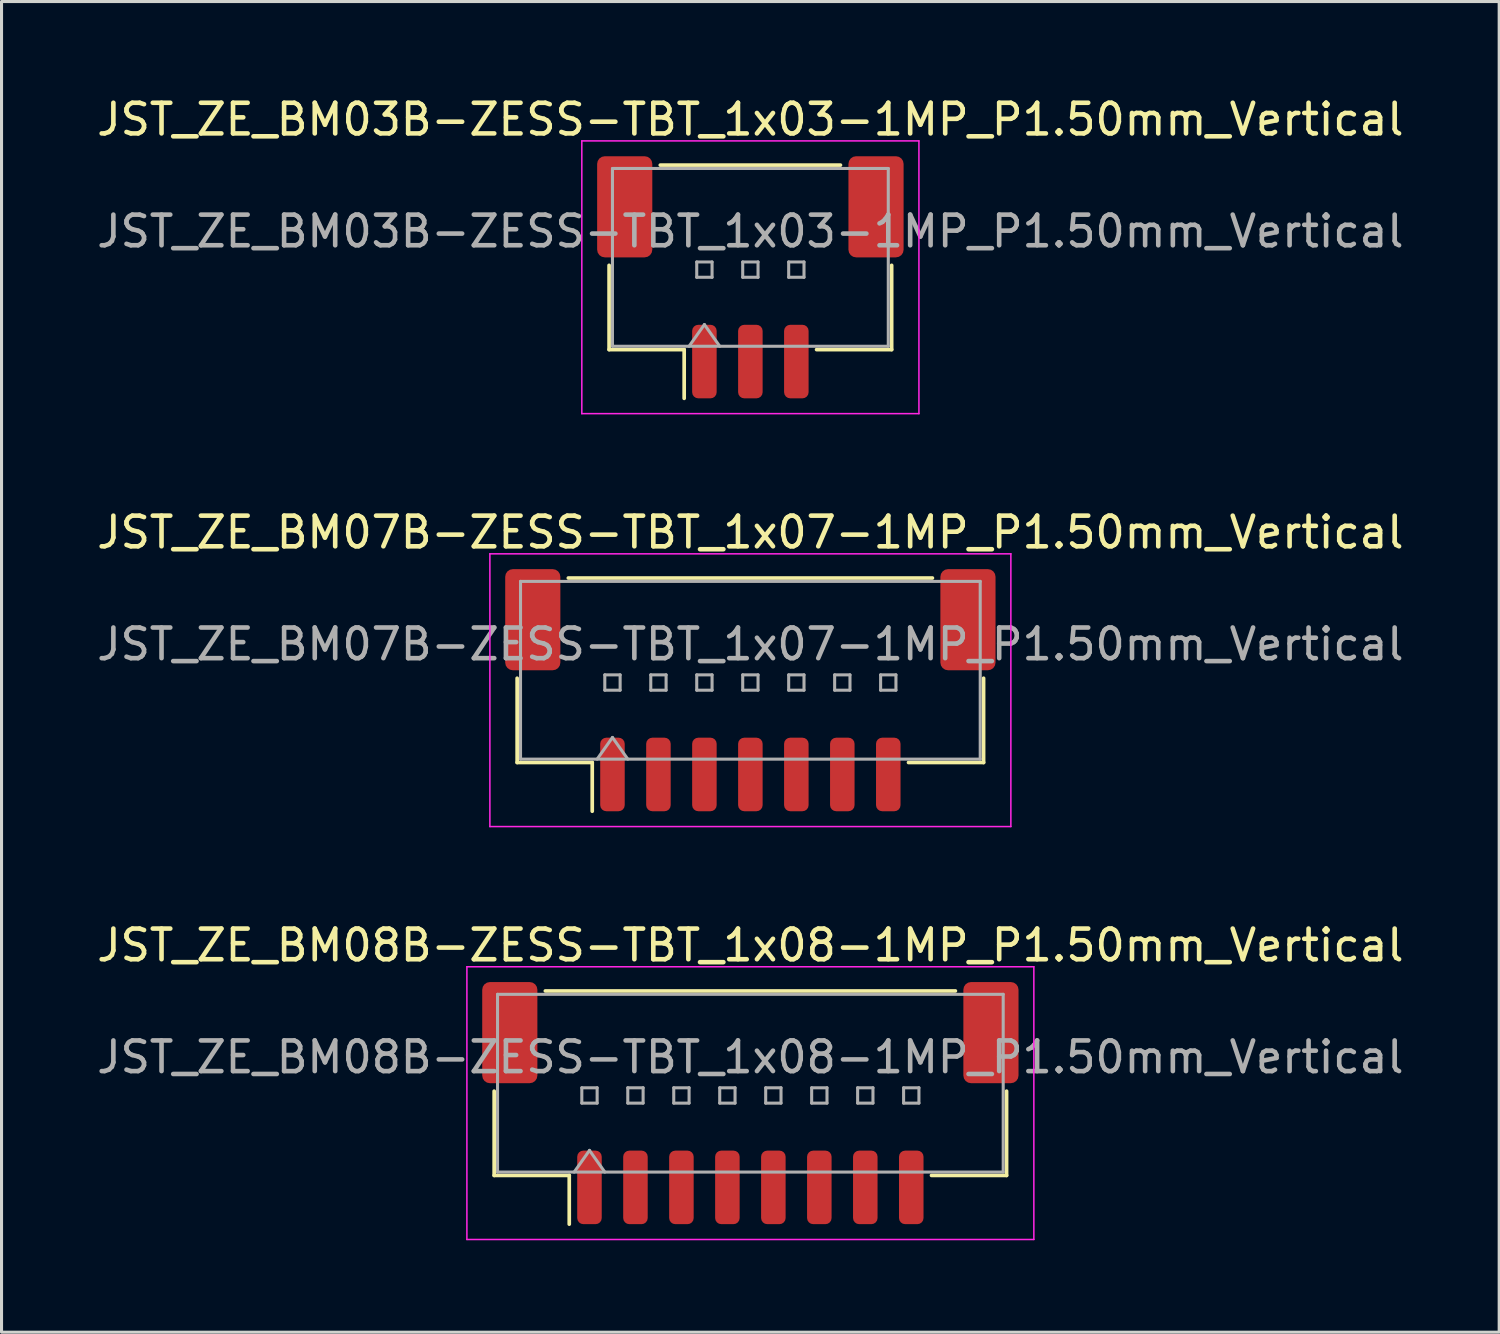
<source format=kicad_pcb>
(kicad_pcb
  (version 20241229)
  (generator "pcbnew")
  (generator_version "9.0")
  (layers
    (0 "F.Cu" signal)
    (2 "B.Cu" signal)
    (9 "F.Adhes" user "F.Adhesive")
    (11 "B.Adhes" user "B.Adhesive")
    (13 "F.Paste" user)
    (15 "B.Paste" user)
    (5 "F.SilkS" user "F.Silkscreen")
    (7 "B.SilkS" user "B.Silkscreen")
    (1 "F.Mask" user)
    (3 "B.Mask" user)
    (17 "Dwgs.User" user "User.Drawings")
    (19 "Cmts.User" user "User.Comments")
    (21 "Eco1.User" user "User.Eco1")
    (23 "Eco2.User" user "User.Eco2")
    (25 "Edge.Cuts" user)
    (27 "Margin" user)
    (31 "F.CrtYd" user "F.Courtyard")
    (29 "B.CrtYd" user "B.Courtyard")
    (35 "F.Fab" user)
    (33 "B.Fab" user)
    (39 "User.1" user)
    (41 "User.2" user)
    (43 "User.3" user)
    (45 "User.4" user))
  (footprint "JST_ZE_BM08B-ZESS-TBT_1x08-1MP_P1.50mm_Vertical"
    (layer "F.Cu")
    (at 21.435 32.945)
    (property "Reference" "JST_ZE_BM08B-ZESS-TBT_1x08-1MP_P1.50mm_Vertical" (at 0 -5.15 0) (layer "F.SilkS") (effects (font (size 1 1) (thickness 0.15))))
    (attr smd)
    (fp_line (start -8.36 -0.39) (end -8.36 2.36) (stroke (width 0.12) (type solid)) (layer "F.SilkS"))
    (fp_line (start -8.36 2.36) (end -5.91 2.36) (stroke (width 0.12) (type solid)) (layer "F.SilkS"))
    (fp_line (start -6.69 -3.66) (end 6.69 -3.66) (stroke (width 0.12) (type solid)) (layer "F.SilkS"))
    (fp_line (start -5.91 2.36) (end -5.91 3.95) (stroke (width 0.12) (type solid)) (layer "F.SilkS"))
    (fp_line (start 8.36 -0.39) (end 8.36 2.36) (stroke (width 0.12) (type solid)) (layer "F.SilkS"))
    (fp_line (start 8.36 2.36) (end 5.91 2.36) (stroke (width 0.12) (type solid)) (layer "F.SilkS"))
    (fp_line (start -9.25 -4.45) (end -9.25 4.45) (stroke (width 0.05) (type solid)) (layer "F.CrtYd"))
    (fp_line (start -9.25 4.45) (end 9.25 4.45) (stroke (width 0.05) (type solid)) (layer "F.CrtYd"))
    (fp_line (start 9.25 -4.45) (end -9.25 -4.45) (stroke (width 0.05) (type solid)) (layer "F.CrtYd"))
    (fp_line (start 9.25 4.45) (end 9.25 -4.45) (stroke (width 0.05) (type solid)) (layer "F.CrtYd"))
    (fp_line (start -8.25 -3.55) (end 8.25 -3.55) (stroke (width 0.1) (type solid)) (layer "F.Fab"))
    (fp_line (start -8.25 2.25) (end -8.25 -3.55) (stroke (width 0.1) (type solid)) (layer "F.Fab"))
    (fp_line (start -8.25 2.25) (end 8.25 2.25) (stroke (width 0.1) (type solid)) (layer "F.Fab"))
    (fp_line (start -5.75 2.25) (end -5.25 1.543) (stroke (width 0.1) (type solid)) (layer "F.Fab"))
    (fp_line (start -5.5 -0.5) (end -5.5 0) (stroke (width 0.1) (type solid)) (layer "F.Fab"))
    (fp_line (start -5.5 0) (end -5 0) (stroke (width 0.1) (type solid)) (layer "F.Fab"))
    (fp_line (start -5.25 1.543) (end -4.75 2.25) (stroke (width 0.1) (type solid)) (layer "F.Fab"))
    (fp_line (start -5 -0.5) (end -5.5 -0.5) (stroke (width 0.1) (type solid)) (layer "F.Fab"))
    (fp_line (start -5 0) (end -5 -0.5) (stroke (width 0.1) (type solid)) (layer "F.Fab"))
    (fp_line (start -4 -0.5) (end -4 0) (stroke (width 0.1) (type solid)) (layer "F.Fab"))
    (fp_line (start -4 0) (end -3.5 0) (stroke (width 0.1) (type solid)) (layer "F.Fab"))
    (fp_line (start -3.5 -0.5) (end -4 -0.5) (stroke (width 0.1) (type solid)) (layer "F.Fab"))
    (fp_line (start -3.5 0) (end -3.5 -0.5) (stroke (width 0.1) (type solid)) (layer "F.Fab"))
    (fp_line (start -2.5 -0.5) (end -2.5 0) (stroke (width 0.1) (type solid)) (layer "F.Fab"))
    (fp_line (start -2.5 0) (end -2 0) (stroke (width 0.1) (type solid)) (layer "F.Fab"))
    (fp_line (start -2 -0.5) (end -2.5 -0.5) (stroke (width 0.1) (type solid)) (layer "F.Fab"))
    (fp_line (start -2 0) (end -2 -0.5) (stroke (width 0.1) (type solid)) (layer "F.Fab"))
    (fp_line (start -1 -0.5) (end -1 0) (stroke (width 0.1) (type solid)) (layer "F.Fab"))
    (fp_line (start -1 0) (end -0.5 0) (stroke (width 0.1) (type solid)) (layer "F.Fab"))
    (fp_line (start -0.5 -0.5) (end -1 -0.5) (stroke (width 0.1) (type solid)) (layer "F.Fab"))
    (fp_line (start -0.5 0) (end -0.5 -0.5) (stroke (width 0.1) (type solid)) (layer "F.Fab"))
    (fp_line (start 0.5 -0.5) (end 0.5 0) (stroke (width 0.1) (type solid)) (layer "F.Fab"))
    (fp_line (start 0.5 0) (end 1 0) (stroke (width 0.1) (type solid)) (layer "F.Fab"))
    (fp_line (start 1 -0.5) (end 0.5 -0.5) (stroke (width 0.1) (type solid)) (layer "F.Fab"))
    (fp_line (start 1 0) (end 1 -0.5) (stroke (width 0.1) (type solid)) (layer "F.Fab"))
    (fp_line (start 2 -0.5) (end 2 0) (stroke (width 0.1) (type solid)) (layer "F.Fab"))
    (fp_line (start 2 0) (end 2.5 0) (stroke (width 0.1) (type solid)) (layer "F.Fab"))
    (fp_line (start 2.5 -0.5) (end 2 -0.5) (stroke (width 0.1) (type solid)) (layer "F.Fab"))
    (fp_line (start 2.5 0) (end 2.5 -0.5) (stroke (width 0.1) (type solid)) (layer "F.Fab"))
    (fp_line (start 3.5 -0.5) (end 3.5 0) (stroke (width 0.1) (type solid)) (layer "F.Fab"))
    (fp_line (start 3.5 0) (end 4 0) (stroke (width 0.1) (type solid)) (layer "F.Fab"))
    (fp_line (start 4 -0.5) (end 3.5 -0.5) (stroke (width 0.1) (type solid)) (layer "F.Fab"))
    (fp_line (start 4 0) (end 4 -0.5) (stroke (width 0.1) (type solid)) (layer "F.Fab"))
    (fp_line (start 5 -0.5) (end 5 0) (stroke (width 0.1) (type solid)) (layer "F.Fab"))
    (fp_line (start 5 0) (end 5.5 0) (stroke (width 0.1) (type solid)) (layer "F.Fab"))
    (fp_line (start 5.5 -0.5) (end 5 -0.5) (stroke (width 0.1) (type solid)) (layer "F.Fab"))
    (fp_line (start 5.5 0) (end 5.5 -0.5) (stroke (width 0.1) (type solid)) (layer "F.Fab"))
    (fp_line (start 8.25 2.25) (end 8.25 -3.55) (stroke (width 0.1) (type solid)) (layer "F.Fab"))
    (fp_text user "${REFERENCE}" (at 0 -1.5 0) (layer "F.Fab") (effects (font (size 1 1) (thickness 0.15))))
    (pad "1" smd roundrect (at -5.25 2.75) (size 0.8 2.4) (layers "F.Cu" "F.Mask" "F.Paste") (roundrect_rratio 0.25))
    (pad "2" smd roundrect (at -3.75 2.75) (size 0.8 2.4) (layers "F.Cu" "F.Mask" "F.Paste") (roundrect_rratio 0.25))
    (pad "3" smd roundrect (at -2.25 2.75) (size 0.8 2.4) (layers "F.Cu" "F.Mask" "F.Paste") (roundrect_rratio 0.25))
    (pad "4" smd roundrect (at -0.75 2.75) (size 0.8 2.4) (layers "F.Cu" "F.Mask" "F.Paste") (roundrect_rratio 0.25))
    (pad "5" smd roundrect (at 0.75 2.75) (size 0.8 2.4) (layers "F.Cu" "F.Mask" "F.Paste") (roundrect_rratio 0.25))
    (pad "6" smd roundrect (at 2.25 2.75) (size 0.8 2.4) (layers "F.Cu" "F.Mask" "F.Paste") (roundrect_rratio 0.25))
    (pad "7" smd roundrect (at 3.75 2.75) (size 0.8 2.4) (layers "F.Cu" "F.Mask" "F.Paste") (roundrect_rratio 0.25))
    (pad "8" smd roundrect (at 5.25 2.75) (size 0.8 2.4) (layers "F.Cu" "F.Mask" "F.Paste") (roundrect_rratio 0.25))
    (pad "MP" smd roundrect (at -7.85 -2.3) (size 1.8 3.3) (layers "F.Cu" "F.Mask" "F.Paste") (roundrect_rratio 0.139))
    (pad "MP" smd roundrect (at 7.85 -2.3) (size 1.8 3.3) (layers "F.Cu" "F.Mask" "F.Paste") (roundrect_rratio 0.139)))
  (footprint "JST_ZE_BM07B-ZESS-TBT_1x07-1MP_P1.50mm_Vertical"
    (layer "F.Cu")
    (at 21.435 19.471)
    (property "Reference" "JST_ZE_BM07B-ZESS-TBT_1x07-1MP_P1.50mm_Vertical" (at 0 -5.15 0) (layer "F.SilkS") (effects (font (size 1 1) (thickness 0.15))))
    (attr smd)
    (fp_line (start -7.61 -0.39) (end -7.61 2.36) (stroke (width 0.12) (type solid)) (layer "F.SilkS"))
    (fp_line (start -7.61 2.36) (end -5.16 2.36) (stroke (width 0.12) (type solid)) (layer "F.SilkS"))
    (fp_line (start -5.94 -3.66) (end 5.94 -3.66) (stroke (width 0.12) (type solid)) (layer "F.SilkS"))
    (fp_line (start -5.16 2.36) (end -5.16 3.95) (stroke (width 0.12) (type solid)) (layer "F.SilkS"))
    (fp_line (start 7.61 -0.39) (end 7.61 2.36) (stroke (width 0.12) (type solid)) (layer "F.SilkS"))
    (fp_line (start 7.61 2.36) (end 5.16 2.36) (stroke (width 0.12) (type solid)) (layer "F.SilkS"))
    (fp_line (start -8.5 -4.45) (end -8.5 4.45) (stroke (width 0.05) (type solid)) (layer "F.CrtYd"))
    (fp_line (start -8.5 4.45) (end 8.5 4.45) (stroke (width 0.05) (type solid)) (layer "F.CrtYd"))
    (fp_line (start 8.5 -4.45) (end -8.5 -4.45) (stroke (width 0.05) (type solid)) (layer "F.CrtYd"))
    (fp_line (start 8.5 4.45) (end 8.5 -4.45) (stroke (width 0.05) (type solid)) (layer "F.CrtYd"))
    (fp_line (start -7.5 -3.55) (end 7.5 -3.55) (stroke (width 0.1) (type solid)) (layer "F.Fab"))
    (fp_line (start -7.5 2.25) (end -7.5 -3.55) (stroke (width 0.1) (type solid)) (layer "F.Fab"))
    (fp_line (start -7.5 2.25) (end 7.5 2.25) (stroke (width 0.1) (type solid)) (layer "F.Fab"))
    (fp_line (start -5 2.25) (end -4.5 1.543) (stroke (width 0.1) (type solid)) (layer "F.Fab"))
    (fp_line (start -4.75 -0.5) (end -4.75 0) (stroke (width 0.1) (type solid)) (layer "F.Fab"))
    (fp_line (start -4.75 0) (end -4.25 0) (stroke (width 0.1) (type solid)) (layer "F.Fab"))
    (fp_line (start -4.5 1.543) (end -4 2.25) (stroke (width 0.1) (type solid)) (layer "F.Fab"))
    (fp_line (start -4.25 -0.5) (end -4.75 -0.5) (stroke (width 0.1) (type solid)) (layer "F.Fab"))
    (fp_line (start -4.25 0) (end -4.25 -0.5) (stroke (width 0.1) (type solid)) (layer "F.Fab"))
    (fp_line (start -3.25 -0.5) (end -3.25 0) (stroke (width 0.1) (type solid)) (layer "F.Fab"))
    (fp_line (start -3.25 0) (end -2.75 0) (stroke (width 0.1) (type solid)) (layer "F.Fab"))
    (fp_line (start -2.75 -0.5) (end -3.25 -0.5) (stroke (width 0.1) (type solid)) (layer "F.Fab"))
    (fp_line (start -2.75 0) (end -2.75 -0.5) (stroke (width 0.1) (type solid)) (layer "F.Fab"))
    (fp_line (start -1.75 -0.5) (end -1.75 0) (stroke (width 0.1) (type solid)) (layer "F.Fab"))
    (fp_line (start -1.75 0) (end -1.25 0) (stroke (width 0.1) (type solid)) (layer "F.Fab"))
    (fp_line (start -1.25 -0.5) (end -1.75 -0.5) (stroke (width 0.1) (type solid)) (layer "F.Fab"))
    (fp_line (start -1.25 0) (end -1.25 -0.5) (stroke (width 0.1) (type solid)) (layer "F.Fab"))
    (fp_line (start -0.25 -0.5) (end -0.25 0) (stroke (width 0.1) (type solid)) (layer "F.Fab"))
    (fp_line (start -0.25 0) (end 0.25 0) (stroke (width 0.1) (type solid)) (layer "F.Fab"))
    (fp_line (start 0.25 -0.5) (end -0.25 -0.5) (stroke (width 0.1) (type solid)) (layer "F.Fab"))
    (fp_line (start 0.25 0) (end 0.25 -0.5) (stroke (width 0.1) (type solid)) (layer "F.Fab"))
    (fp_line (start 1.25 -0.5) (end 1.25 0) (stroke (width 0.1) (type solid)) (layer "F.Fab"))
    (fp_line (start 1.25 0) (end 1.75 0) (stroke (width 0.1) (type solid)) (layer "F.Fab"))
    (fp_line (start 1.75 -0.5) (end 1.25 -0.5) (stroke (width 0.1) (type solid)) (layer "F.Fab"))
    (fp_line (start 1.75 0) (end 1.75 -0.5) (stroke (width 0.1) (type solid)) (layer "F.Fab"))
    (fp_line (start 2.75 -0.5) (end 2.75 0) (stroke (width 0.1) (type solid)) (layer "F.Fab"))
    (fp_line (start 2.75 0) (end 3.25 0) (stroke (width 0.1) (type solid)) (layer "F.Fab"))
    (fp_line (start 3.25 -0.5) (end 2.75 -0.5) (stroke (width 0.1) (type solid)) (layer "F.Fab"))
    (fp_line (start 3.25 0) (end 3.25 -0.5) (stroke (width 0.1) (type solid)) (layer "F.Fab"))
    (fp_line (start 4.25 -0.5) (end 4.25 0) (stroke (width 0.1) (type solid)) (layer "F.Fab"))
    (fp_line (start 4.25 0) (end 4.75 0) (stroke (width 0.1) (type solid)) (layer "F.Fab"))
    (fp_line (start 4.75 -0.5) (end 4.25 -0.5) (stroke (width 0.1) (type solid)) (layer "F.Fab"))
    (fp_line (start 4.75 0) (end 4.75 -0.5) (stroke (width 0.1) (type solid)) (layer "F.Fab"))
    (fp_line (start 7.5 2.25) (end 7.5 -3.55) (stroke (width 0.1) (type solid)) (layer "F.Fab"))
    (fp_text user "${REFERENCE}" (at 0 -1.5 0) (layer "F.Fab") (effects (font (size 1 1) (thickness 0.15))))
    (pad "1" smd roundrect (at -4.5 2.75) (size 0.8 2.4) (layers "F.Cu" "F.Mask" "F.Paste") (roundrect_rratio 0.25))
    (pad "2" smd roundrect (at -3 2.75) (size 0.8 2.4) (layers "F.Cu" "F.Mask" "F.Paste") (roundrect_rratio 0.25))
    (pad "3" smd roundrect (at -1.5 2.75) (size 0.8 2.4) (layers "F.Cu" "F.Mask" "F.Paste") (roundrect_rratio 0.25))
    (pad "4" smd roundrect (at 0 2.75) (size 0.8 2.4) (layers "F.Cu" "F.Mask" "F.Paste") (roundrect_rratio 0.25))
    (pad "5" smd roundrect (at 1.5 2.75) (size 0.8 2.4) (layers "F.Cu" "F.Mask" "F.Paste") (roundrect_rratio 0.25))
    (pad "6" smd roundrect (at 3 2.75) (size 0.8 2.4) (layers "F.Cu" "F.Mask" "F.Paste") (roundrect_rratio 0.25))
    (pad "7" smd roundrect (at 4.5 2.75) (size 0.8 2.4) (layers "F.Cu" "F.Mask" "F.Paste") (roundrect_rratio 0.25))
    (pad "MP" smd roundrect (at -7.1 -2.3) (size 1.8 3.3) (layers "F.Cu" "F.Mask" "F.Paste") (roundrect_rratio 0.139))
    (pad "MP" smd roundrect (at 7.1 -2.3) (size 1.8 3.3) (layers "F.Cu" "F.Mask" "F.Paste") (roundrect_rratio 0.139)))
  (footprint "JST_ZE_BM03B-ZESS-TBT_1x03-1MP_P1.50mm_Vertical"
    (layer "F.Cu")
    (at 21.435 5.998)
    (property "Reference" "JST_ZE_BM03B-ZESS-TBT_1x03-1MP_P1.50mm_Vertical" (at 0 -5.15 0) (layer "F.SilkS") (effects (font (size 1 1) (thickness 0.15))))
    (attr smd)
    (fp_line (start -4.61 -0.39) (end -4.61 2.36) (stroke (width 0.12) (type solid)) (layer "F.SilkS"))
    (fp_line (start -4.61 2.36) (end -2.16 2.36) (stroke (width 0.12) (type solid)) (layer "F.SilkS"))
    (fp_line (start -2.94 -3.66) (end 2.94 -3.66) (stroke (width 0.12) (type solid)) (layer "F.SilkS"))
    (fp_line (start -2.16 2.36) (end -2.16 3.95) (stroke (width 0.12) (type solid)) (layer "F.SilkS"))
    (fp_line (start 4.61 -0.39) (end 4.61 2.36) (stroke (width 0.12) (type solid)) (layer "F.SilkS"))
    (fp_line (start 4.61 2.36) (end 2.16 2.36) (stroke (width 0.12) (type solid)) (layer "F.SilkS"))
    (fp_line (start -5.5 -4.45) (end -5.5 4.45) (stroke (width 0.05) (type solid)) (layer "F.CrtYd"))
    (fp_line (start -5.5 4.45) (end 5.5 4.45) (stroke (width 0.05) (type solid)) (layer "F.CrtYd"))
    (fp_line (start 5.5 -4.45) (end -5.5 -4.45) (stroke (width 0.05) (type solid)) (layer "F.CrtYd"))
    (fp_line (start 5.5 4.45) (end 5.5 -4.45) (stroke (width 0.05) (type solid)) (layer "F.CrtYd"))
    (fp_line (start -4.5 -3.55) (end 4.5 -3.55) (stroke (width 0.1) (type solid)) (layer "F.Fab"))
    (fp_line (start -4.5 2.25) (end -4.5 -3.55) (stroke (width 0.1) (type solid)) (layer "F.Fab"))
    (fp_line (start -4.5 2.25) (end 4.5 2.25) (stroke (width 0.1) (type solid)) (layer "F.Fab"))
    (fp_line (start -2 2.25) (end -1.5 1.543) (stroke (width 0.1) (type solid)) (layer "F.Fab"))
    (fp_line (start -1.75 -0.5) (end -1.75 0) (stroke (width 0.1) (type solid)) (layer "F.Fab"))
    (fp_line (start -1.75 0) (end -1.25 0) (stroke (width 0.1) (type solid)) (layer "F.Fab"))
    (fp_line (start -1.5 1.543) (end -1 2.25) (stroke (width 0.1) (type solid)) (layer "F.Fab"))
    (fp_line (start -1.25 -0.5) (end -1.75 -0.5) (stroke (width 0.1) (type solid)) (layer "F.Fab"))
    (fp_line (start -1.25 0) (end -1.25 -0.5) (stroke (width 0.1) (type solid)) (layer "F.Fab"))
    (fp_line (start -0.25 -0.5) (end -0.25 0) (stroke (width 0.1) (type solid)) (layer "F.Fab"))
    (fp_line (start -0.25 0) (end 0.25 0) (stroke (width 0.1) (type solid)) (layer "F.Fab"))
    (fp_line (start 0.25 -0.5) (end -0.25 -0.5) (stroke (width 0.1) (type solid)) (layer "F.Fab"))
    (fp_line (start 0.25 0) (end 0.25 -0.5) (stroke (width 0.1) (type solid)) (layer "F.Fab"))
    (fp_line (start 1.25 -0.5) (end 1.25 0) (stroke (width 0.1) (type solid)) (layer "F.Fab"))
    (fp_line (start 1.25 0) (end 1.75 0) (stroke (width 0.1) (type solid)) (layer "F.Fab"))
    (fp_line (start 1.75 -0.5) (end 1.25 -0.5) (stroke (width 0.1) (type solid)) (layer "F.Fab"))
    (fp_line (start 1.75 0) (end 1.75 -0.5) (stroke (width 0.1) (type solid)) (layer "F.Fab"))
    (fp_line (start 4.5 2.25) (end 4.5 -3.55) (stroke (width 0.1) (type solid)) (layer "F.Fab"))
    (fp_text user "${REFERENCE}" (at 0 -1.5 0) (layer "F.Fab") (effects (font (size 1 1) (thickness 0.15))))
    (pad "1" smd roundrect (at -1.5 2.75) (size 0.8 2.4) (layers "F.Cu" "F.Mask" "F.Paste") (roundrect_rratio 0.25))
    (pad "2" smd roundrect (at 0 2.75) (size 0.8 2.4) (layers "F.Cu" "F.Mask" "F.Paste") (roundrect_rratio 0.25))
    (pad "3" smd roundrect (at 1.5 2.75) (size 0.8 2.4) (layers "F.Cu" "F.Mask" "F.Paste") (roundrect_rratio 0.25))
    (pad "MP" smd roundrect (at -4.1 -2.3) (size 1.8 3.3) (layers "F.Cu" "F.Mask" "F.Paste") (roundrect_rratio 0.139))
    (pad "MP" smd roundrect (at 4.1 -2.3) (size 1.8 3.3) (layers "F.Cu" "F.Mask" "F.Paste") (roundrect_rratio 0.139)))
  (gr_rect
    (start -3 -3)
    (end 45.869 40.42)
    (stroke (width 0.1) (type default))
    (fill no)
    (layer "Edge.Cuts")))
</source>
